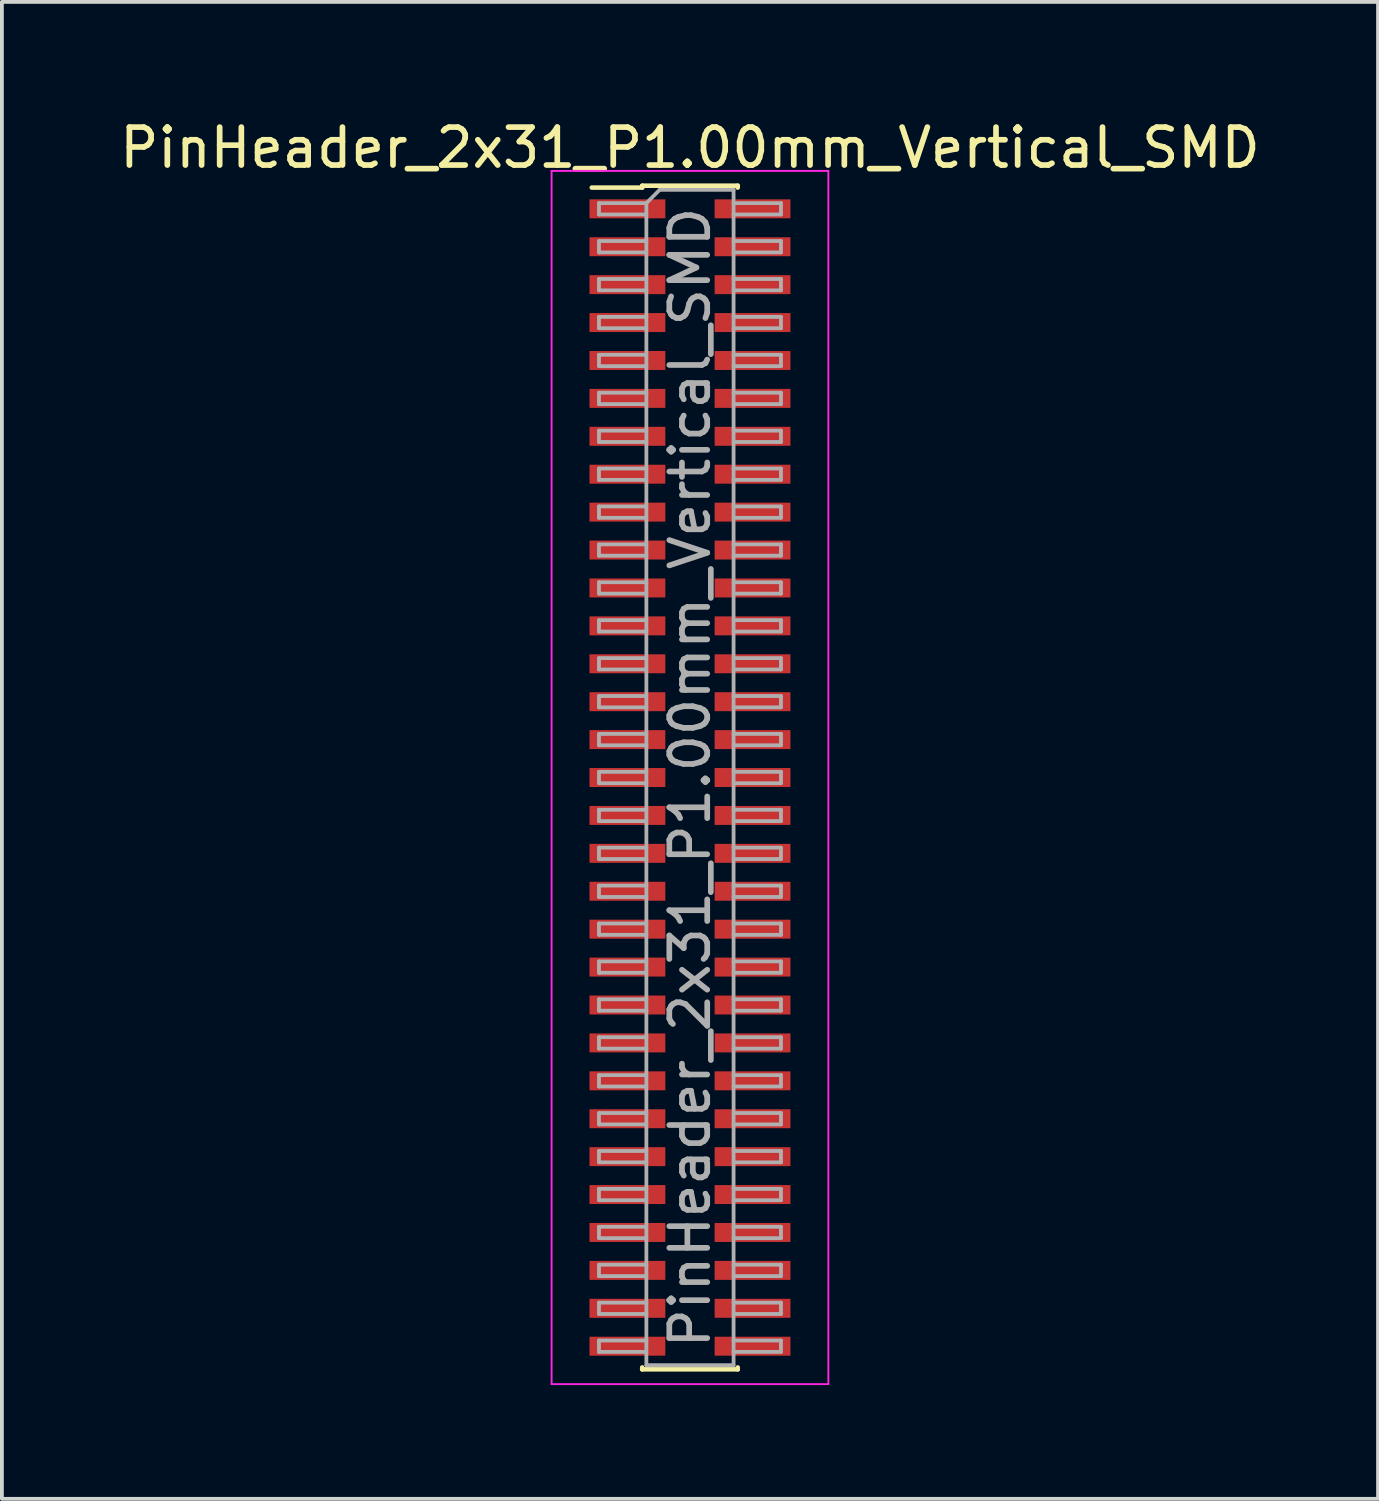
<source format=kicad_pcb>
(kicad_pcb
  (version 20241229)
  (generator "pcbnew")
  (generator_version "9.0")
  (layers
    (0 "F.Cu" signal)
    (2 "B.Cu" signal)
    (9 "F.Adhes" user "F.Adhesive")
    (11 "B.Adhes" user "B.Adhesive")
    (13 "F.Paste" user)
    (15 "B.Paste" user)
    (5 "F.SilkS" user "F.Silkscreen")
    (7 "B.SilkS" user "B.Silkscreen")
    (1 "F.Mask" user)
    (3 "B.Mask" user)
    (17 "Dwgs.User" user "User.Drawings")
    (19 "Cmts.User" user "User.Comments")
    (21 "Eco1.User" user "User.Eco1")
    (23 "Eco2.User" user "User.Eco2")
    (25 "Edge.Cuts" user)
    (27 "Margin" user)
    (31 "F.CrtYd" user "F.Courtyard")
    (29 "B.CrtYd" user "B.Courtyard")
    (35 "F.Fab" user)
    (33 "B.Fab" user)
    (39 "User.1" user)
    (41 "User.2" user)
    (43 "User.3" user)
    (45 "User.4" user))
  (footprint "PinHeader_2x31_P1.00mm_Vertical_SMD"
    (layer "F.Cu")
    (at 15.149 17.458)
    (property "Reference" "PinHeader_2x31_P1.00mm_Vertical_SMD" (at 0 -16.61 0) (layer "F.SilkS") (effects (font (size 1 1) (thickness 0.15))))
    (attr smd)
    (fp_line (start -2.59 -15.56) (end -1.26 -15.56) (stroke (width 0.12) (type solid)) (layer "F.SilkS"))
    (fp_line (start -1.26 -15.61) (end -1.26 -15.56) (stroke (width 0.12) (type solid)) (layer "F.SilkS"))
    (fp_line (start -1.26 -15.61) (end 1.26 -15.61) (stroke (width 0.12) (type solid)) (layer "F.SilkS"))
    (fp_line (start -1.26 15.56) (end -1.26 15.61) (stroke (width 0.12) (type solid)) (layer "F.SilkS"))
    (fp_line (start -1.26 15.61) (end 1.26 15.61) (stroke (width 0.12) (type solid)) (layer "F.SilkS"))
    (fp_line (start 1.26 -15.61) (end 1.26 -15.56) (stroke (width 0.12) (type solid)) (layer "F.SilkS"))
    (fp_line (start 1.26 15.56) (end 1.26 15.61) (stroke (width 0.12) (type solid)) (layer "F.SilkS"))
    (fp_line (start -3.65 -16) (end -3.65 16) (stroke (width 0.05) (type solid)) (layer "F.CrtYd"))
    (fp_line (start -3.65 16) (end 3.65 16) (stroke (width 0.05) (type solid)) (layer "F.CrtYd"))
    (fp_line (start 3.65 -16) (end -3.65 -16) (stroke (width 0.05) (type solid)) (layer "F.CrtYd"))
    (fp_line (start 3.65 16) (end 3.65 -16) (stroke (width 0.05) (type solid)) (layer "F.CrtYd"))
    (fp_line (start -2.4 -15.15) (end -2.4 -14.85) (stroke (width 0.1) (type solid)) (layer "F.Fab"))
    (fp_line (start -2.4 -14.85) (end -1.15 -14.85) (stroke (width 0.1) (type solid)) (layer "F.Fab"))
    (fp_line (start -2.4 -14.15) (end -2.4 -13.85) (stroke (width 0.1) (type solid)) (layer "F.Fab"))
    (fp_line (start -2.4 -13.85) (end -1.15 -13.85) (stroke (width 0.1) (type solid)) (layer "F.Fab"))
    (fp_line (start -2.4 -13.15) (end -2.4 -12.85) (stroke (width 0.1) (type solid)) (layer "F.Fab"))
    (fp_line (start -2.4 -12.85) (end -1.15 -12.85) (stroke (width 0.1) (type solid)) (layer "F.Fab"))
    (fp_line (start -2.4 -12.15) (end -2.4 -11.85) (stroke (width 0.1) (type solid)) (layer "F.Fab"))
    (fp_line (start -2.4 -11.85) (end -1.15 -11.85) (stroke (width 0.1) (type solid)) (layer "F.Fab"))
    (fp_line (start -2.4 -11.15) (end -2.4 -10.85) (stroke (width 0.1) (type solid)) (layer "F.Fab"))
    (fp_line (start -2.4 -10.85) (end -1.15 -10.85) (stroke (width 0.1) (type solid)) (layer "F.Fab"))
    (fp_line (start -2.4 -10.15) (end -2.4 -9.85) (stroke (width 0.1) (type solid)) (layer "F.Fab"))
    (fp_line (start -2.4 -9.85) (end -1.15 -9.85) (stroke (width 0.1) (type solid)) (layer "F.Fab"))
    (fp_line (start -2.4 -9.15) (end -2.4 -8.85) (stroke (width 0.1) (type solid)) (layer "F.Fab"))
    (fp_line (start -2.4 -8.85) (end -1.15 -8.85) (stroke (width 0.1) (type solid)) (layer "F.Fab"))
    (fp_line (start -2.4 -8.15) (end -2.4 -7.85) (stroke (width 0.1) (type solid)) (layer "F.Fab"))
    (fp_line (start -2.4 -7.85) (end -1.15 -7.85) (stroke (width 0.1) (type solid)) (layer "F.Fab"))
    (fp_line (start -2.4 -7.15) (end -2.4 -6.85) (stroke (width 0.1) (type solid)) (layer "F.Fab"))
    (fp_line (start -2.4 -6.85) (end -1.15 -6.85) (stroke (width 0.1) (type solid)) (layer "F.Fab"))
    (fp_line (start -2.4 -6.15) (end -2.4 -5.85) (stroke (width 0.1) (type solid)) (layer "F.Fab"))
    (fp_line (start -2.4 -5.85) (end -1.15 -5.85) (stroke (width 0.1) (type solid)) (layer "F.Fab"))
    (fp_line (start -2.4 -5.15) (end -2.4 -4.85) (stroke (width 0.1) (type solid)) (layer "F.Fab"))
    (fp_line (start -2.4 -4.85) (end -1.15 -4.85) (stroke (width 0.1) (type solid)) (layer "F.Fab"))
    (fp_line (start -2.4 -4.15) (end -2.4 -3.85) (stroke (width 0.1) (type solid)) (layer "F.Fab"))
    (fp_line (start -2.4 -3.85) (end -1.15 -3.85) (stroke (width 0.1) (type solid)) (layer "F.Fab"))
    (fp_line (start -2.4 -3.15) (end -2.4 -2.85) (stroke (width 0.1) (type solid)) (layer "F.Fab"))
    (fp_line (start -2.4 -2.85) (end -1.15 -2.85) (stroke (width 0.1) (type solid)) (layer "F.Fab"))
    (fp_line (start -2.4 -2.15) (end -2.4 -1.85) (stroke (width 0.1) (type solid)) (layer "F.Fab"))
    (fp_line (start -2.4 -1.85) (end -1.15 -1.85) (stroke (width 0.1) (type solid)) (layer "F.Fab"))
    (fp_line (start -2.4 -1.15) (end -2.4 -0.85) (stroke (width 0.1) (type solid)) (layer "F.Fab"))
    (fp_line (start -2.4 -0.85) (end -1.15 -0.85) (stroke (width 0.1) (type solid)) (layer "F.Fab"))
    (fp_line (start -2.4 -0.15) (end -2.4 0.15) (stroke (width 0.1) (type solid)) (layer "F.Fab"))
    (fp_line (start -2.4 0.15) (end -1.15 0.15) (stroke (width 0.1) (type solid)) (layer "F.Fab"))
    (fp_line (start -2.4 0.85) (end -2.4 1.15) (stroke (width 0.1) (type solid)) (layer "F.Fab"))
    (fp_line (start -2.4 1.15) (end -1.15 1.15) (stroke (width 0.1) (type solid)) (layer "F.Fab"))
    (fp_line (start -2.4 1.85) (end -2.4 2.15) (stroke (width 0.1) (type solid)) (layer "F.Fab"))
    (fp_line (start -2.4 2.15) (end -1.15 2.15) (stroke (width 0.1) (type solid)) (layer "F.Fab"))
    (fp_line (start -2.4 2.85) (end -2.4 3.15) (stroke (width 0.1) (type solid)) (layer "F.Fab"))
    (fp_line (start -2.4 3.15) (end -1.15 3.15) (stroke (width 0.1) (type solid)) (layer "F.Fab"))
    (fp_line (start -2.4 3.85) (end -2.4 4.15) (stroke (width 0.1) (type solid)) (layer "F.Fab"))
    (fp_line (start -2.4 4.15) (end -1.15 4.15) (stroke (width 0.1) (type solid)) (layer "F.Fab"))
    (fp_line (start -2.4 4.85) (end -2.4 5.15) (stroke (width 0.1) (type solid)) (layer "F.Fab"))
    (fp_line (start -2.4 5.15) (end -1.15 5.15) (stroke (width 0.1) (type solid)) (layer "F.Fab"))
    (fp_line (start -2.4 5.85) (end -2.4 6.15) (stroke (width 0.1) (type solid)) (layer "F.Fab"))
    (fp_line (start -2.4 6.15) (end -1.15 6.15) (stroke (width 0.1) (type solid)) (layer "F.Fab"))
    (fp_line (start -2.4 6.85) (end -2.4 7.15) (stroke (width 0.1) (type solid)) (layer "F.Fab"))
    (fp_line (start -2.4 7.15) (end -1.15 7.15) (stroke (width 0.1) (type solid)) (layer "F.Fab"))
    (fp_line (start -2.4 7.85) (end -2.4 8.15) (stroke (width 0.1) (type solid)) (layer "F.Fab"))
    (fp_line (start -2.4 8.15) (end -1.15 8.15) (stroke (width 0.1) (type solid)) (layer "F.Fab"))
    (fp_line (start -2.4 8.85) (end -2.4 9.15) (stroke (width 0.1) (type solid)) (layer "F.Fab"))
    (fp_line (start -2.4 9.15) (end -1.15 9.15) (stroke (width 0.1) (type solid)) (layer "F.Fab"))
    (fp_line (start -2.4 9.85) (end -2.4 10.15) (stroke (width 0.1) (type solid)) (layer "F.Fab"))
    (fp_line (start -2.4 10.15) (end -1.15 10.15) (stroke (width 0.1) (type solid)) (layer "F.Fab"))
    (fp_line (start -2.4 10.85) (end -2.4 11.15) (stroke (width 0.1) (type solid)) (layer "F.Fab"))
    (fp_line (start -2.4 11.15) (end -1.15 11.15) (stroke (width 0.1) (type solid)) (layer "F.Fab"))
    (fp_line (start -2.4 11.85) (end -2.4 12.15) (stroke (width 0.1) (type solid)) (layer "F.Fab"))
    (fp_line (start -2.4 12.15) (end -1.15 12.15) (stroke (width 0.1) (type solid)) (layer "F.Fab"))
    (fp_line (start -2.4 12.85) (end -2.4 13.15) (stroke (width 0.1) (type solid)) (layer "F.Fab"))
    (fp_line (start -2.4 13.15) (end -1.15 13.15) (stroke (width 0.1) (type solid)) (layer "F.Fab"))
    (fp_line (start -2.4 13.85) (end -2.4 14.15) (stroke (width 0.1) (type solid)) (layer "F.Fab"))
    (fp_line (start -2.4 14.15) (end -1.15 14.15) (stroke (width 0.1) (type solid)) (layer "F.Fab"))
    (fp_line (start -2.4 14.85) (end -2.4 15.15) (stroke (width 0.1) (type solid)) (layer "F.Fab"))
    (fp_line (start -2.4 15.15) (end -1.15 15.15) (stroke (width 0.1) (type solid)) (layer "F.Fab"))
    (fp_line (start -1.15 -15.15) (end -2.4 -15.15) (stroke (width 0.1) (type solid)) (layer "F.Fab"))
    (fp_line (start -1.15 -15.15) (end -0.8 -15.5) (stroke (width 0.1) (type solid)) (layer "F.Fab"))
    (fp_line (start -1.15 -14.15) (end -2.4 -14.15) (stroke (width 0.1) (type solid)) (layer "F.Fab"))
    (fp_line (start -1.15 -13.15) (end -2.4 -13.15) (stroke (width 0.1) (type solid)) (layer "F.Fab"))
    (fp_line (start -1.15 -12.15) (end -2.4 -12.15) (stroke (width 0.1) (type solid)) (layer "F.Fab"))
    (fp_line (start -1.15 -11.15) (end -2.4 -11.15) (stroke (width 0.1) (type solid)) (layer "F.Fab"))
    (fp_line (start -1.15 -10.15) (end -2.4 -10.15) (stroke (width 0.1) (type solid)) (layer "F.Fab"))
    (fp_line (start -1.15 -9.15) (end -2.4 -9.15) (stroke (width 0.1) (type solid)) (layer "F.Fab"))
    (fp_line (start -1.15 -8.15) (end -2.4 -8.15) (stroke (width 0.1) (type solid)) (layer "F.Fab"))
    (fp_line (start -1.15 -7.15) (end -2.4 -7.15) (stroke (width 0.1) (type solid)) (layer "F.Fab"))
    (fp_line (start -1.15 -6.15) (end -2.4 -6.15) (stroke (width 0.1) (type solid)) (layer "F.Fab"))
    (fp_line (start -1.15 -5.15) (end -2.4 -5.15) (stroke (width 0.1) (type solid)) (layer "F.Fab"))
    (fp_line (start -1.15 -4.15) (end -2.4 -4.15) (stroke (width 0.1) (type solid)) (layer "F.Fab"))
    (fp_line (start -1.15 -3.15) (end -2.4 -3.15) (stroke (width 0.1) (type solid)) (layer "F.Fab"))
    (fp_line (start -1.15 -2.15) (end -2.4 -2.15) (stroke (width 0.1) (type solid)) (layer "F.Fab"))
    (fp_line (start -1.15 -1.15) (end -2.4 -1.15) (stroke (width 0.1) (type solid)) (layer "F.Fab"))
    (fp_line (start -1.15 -0.15) (end -2.4 -0.15) (stroke (width 0.1) (type solid)) (layer "F.Fab"))
    (fp_line (start -1.15 0.85) (end -2.4 0.85) (stroke (width 0.1) (type solid)) (layer "F.Fab"))
    (fp_line (start -1.15 1.85) (end -2.4 1.85) (stroke (width 0.1) (type solid)) (layer "F.Fab"))
    (fp_line (start -1.15 2.85) (end -2.4 2.85) (stroke (width 0.1) (type solid)) (layer "F.Fab"))
    (fp_line (start -1.15 3.85) (end -2.4 3.85) (stroke (width 0.1) (type solid)) (layer "F.Fab"))
    (fp_line (start -1.15 4.85) (end -2.4 4.85) (stroke (width 0.1) (type solid)) (layer "F.Fab"))
    (fp_line (start -1.15 5.85) (end -2.4 5.85) (stroke (width 0.1) (type solid)) (layer "F.Fab"))
    (fp_line (start -1.15 6.85) (end -2.4 6.85) (stroke (width 0.1) (type solid)) (layer "F.Fab"))
    (fp_line (start -1.15 7.85) (end -2.4 7.85) (stroke (width 0.1) (type solid)) (layer "F.Fab"))
    (fp_line (start -1.15 8.85) (end -2.4 8.85) (stroke (width 0.1) (type solid)) (layer "F.Fab"))
    (fp_line (start -1.15 9.85) (end -2.4 9.85) (stroke (width 0.1) (type solid)) (layer "F.Fab"))
    (fp_line (start -1.15 10.85) (end -2.4 10.85) (stroke (width 0.1) (type solid)) (layer "F.Fab"))
    (fp_line (start -1.15 11.85) (end -2.4 11.85) (stroke (width 0.1) (type solid)) (layer "F.Fab"))
    (fp_line (start -1.15 12.85) (end -2.4 12.85) (stroke (width 0.1) (type solid)) (layer "F.Fab"))
    (fp_line (start -1.15 13.85) (end -2.4 13.85) (stroke (width 0.1) (type solid)) (layer "F.Fab"))
    (fp_line (start -1.15 14.85) (end -2.4 14.85) (stroke (width 0.1) (type solid)) (layer "F.Fab"))
    (fp_line (start -1.15 15.5) (end -1.15 -15.15) (stroke (width 0.1) (type solid)) (layer "F.Fab"))
    (fp_line (start -0.8 -15.5) (end 1.15 -15.5) (stroke (width 0.1) (type solid)) (layer "F.Fab"))
    (fp_line (start 1.15 -15.5) (end 1.15 15.5) (stroke (width 0.1) (type solid)) (layer "F.Fab"))
    (fp_line (start 1.15 -15.15) (end 2.4 -15.15) (stroke (width 0.1) (type solid)) (layer "F.Fab"))
    (fp_line (start 1.15 -14.15) (end 2.4 -14.15) (stroke (width 0.1) (type solid)) (layer "F.Fab"))
    (fp_line (start 1.15 -13.15) (end 2.4 -13.15) (stroke (width 0.1) (type solid)) (layer "F.Fab"))
    (fp_line (start 1.15 -12.15) (end 2.4 -12.15) (stroke (width 0.1) (type solid)) (layer "F.Fab"))
    (fp_line (start 1.15 -11.15) (end 2.4 -11.15) (stroke (width 0.1) (type solid)) (layer "F.Fab"))
    (fp_line (start 1.15 -10.15) (end 2.4 -10.15) (stroke (width 0.1) (type solid)) (layer "F.Fab"))
    (fp_line (start 1.15 -9.15) (end 2.4 -9.15) (stroke (width 0.1) (type solid)) (layer "F.Fab"))
    (fp_line (start 1.15 -8.15) (end 2.4 -8.15) (stroke (width 0.1) (type solid)) (layer "F.Fab"))
    (fp_line (start 1.15 -7.15) (end 2.4 -7.15) (stroke (width 0.1) (type solid)) (layer "F.Fab"))
    (fp_line (start 1.15 -6.15) (end 2.4 -6.15) (stroke (width 0.1) (type solid)) (layer "F.Fab"))
    (fp_line (start 1.15 -5.15) (end 2.4 -5.15) (stroke (width 0.1) (type solid)) (layer "F.Fab"))
    (fp_line (start 1.15 -4.15) (end 2.4 -4.15) (stroke (width 0.1) (type solid)) (layer "F.Fab"))
    (fp_line (start 1.15 -3.15) (end 2.4 -3.15) (stroke (width 0.1) (type solid)) (layer "F.Fab"))
    (fp_line (start 1.15 -2.15) (end 2.4 -2.15) (stroke (width 0.1) (type solid)) (layer "F.Fab"))
    (fp_line (start 1.15 -1.15) (end 2.4 -1.15) (stroke (width 0.1) (type solid)) (layer "F.Fab"))
    (fp_line (start 1.15 -0.15) (end 2.4 -0.15) (stroke (width 0.1) (type solid)) (layer "F.Fab"))
    (fp_line (start 1.15 0.85) (end 2.4 0.85) (stroke (width 0.1) (type solid)) (layer "F.Fab"))
    (fp_line (start 1.15 1.85) (end 2.4 1.85) (stroke (width 0.1) (type solid)) (layer "F.Fab"))
    (fp_line (start 1.15 2.85) (end 2.4 2.85) (stroke (width 0.1) (type solid)) (layer "F.Fab"))
    (fp_line (start 1.15 3.85) (end 2.4 3.85) (stroke (width 0.1) (type solid)) (layer "F.Fab"))
    (fp_line (start 1.15 4.85) (end 2.4 4.85) (stroke (width 0.1) (type solid)) (layer "F.Fab"))
    (fp_line (start 1.15 5.85) (end 2.4 5.85) (stroke (width 0.1) (type solid)) (layer "F.Fab"))
    (fp_line (start 1.15 6.85) (end 2.4 6.85) (stroke (width 0.1) (type solid)) (layer "F.Fab"))
    (fp_line (start 1.15 7.85) (end 2.4 7.85) (stroke (width 0.1) (type solid)) (layer "F.Fab"))
    (fp_line (start 1.15 8.85) (end 2.4 8.85) (stroke (width 0.1) (type solid)) (layer "F.Fab"))
    (fp_line (start 1.15 9.85) (end 2.4 9.85) (stroke (width 0.1) (type solid)) (layer "F.Fab"))
    (fp_line (start 1.15 10.85) (end 2.4 10.85) (stroke (width 0.1) (type solid)) (layer "F.Fab"))
    (fp_line (start 1.15 11.85) (end 2.4 11.85) (stroke (width 0.1) (type solid)) (layer "F.Fab"))
    (fp_line (start 1.15 12.85) (end 2.4 12.85) (stroke (width 0.1) (type solid)) (layer "F.Fab"))
    (fp_line (start 1.15 13.85) (end 2.4 13.85) (stroke (width 0.1) (type solid)) (layer "F.Fab"))
    (fp_line (start 1.15 14.85) (end 2.4 14.85) (stroke (width 0.1) (type solid)) (layer "F.Fab"))
    (fp_line (start 1.15 15.5) (end -1.15 15.5) (stroke (width 0.1) (type solid)) (layer "F.Fab"))
    (fp_line (start 2.4 -15.15) (end 2.4 -14.85) (stroke (width 0.1) (type solid)) (layer "F.Fab"))
    (fp_line (start 2.4 -14.85) (end 1.15 -14.85) (stroke (width 0.1) (type solid)) (layer "F.Fab"))
    (fp_line (start 2.4 -14.15) (end 2.4 -13.85) (stroke (width 0.1) (type solid)) (layer "F.Fab"))
    (fp_line (start 2.4 -13.85) (end 1.15 -13.85) (stroke (width 0.1) (type solid)) (layer "F.Fab"))
    (fp_line (start 2.4 -13.15) (end 2.4 -12.85) (stroke (width 0.1) (type solid)) (layer "F.Fab"))
    (fp_line (start 2.4 -12.85) (end 1.15 -12.85) (stroke (width 0.1) (type solid)) (layer "F.Fab"))
    (fp_line (start 2.4 -12.15) (end 2.4 -11.85) (stroke (width 0.1) (type solid)) (layer "F.Fab"))
    (fp_line (start 2.4 -11.85) (end 1.15 -11.85) (stroke (width 0.1) (type solid)) (layer "F.Fab"))
    (fp_line (start 2.4 -11.15) (end 2.4 -10.85) (stroke (width 0.1) (type solid)) (layer "F.Fab"))
    (fp_line (start 2.4 -10.85) (end 1.15 -10.85) (stroke (width 0.1) (type solid)) (layer "F.Fab"))
    (fp_line (start 2.4 -10.15) (end 2.4 -9.85) (stroke (width 0.1) (type solid)) (layer "F.Fab"))
    (fp_line (start 2.4 -9.85) (end 1.15 -9.85) (stroke (width 0.1) (type solid)) (layer "F.Fab"))
    (fp_line (start 2.4 -9.15) (end 2.4 -8.85) (stroke (width 0.1) (type solid)) (layer "F.Fab"))
    (fp_line (start 2.4 -8.85) (end 1.15 -8.85) (stroke (width 0.1) (type solid)) (layer "F.Fab"))
    (fp_line (start 2.4 -8.15) (end 2.4 -7.85) (stroke (width 0.1) (type solid)) (layer "F.Fab"))
    (fp_line (start 2.4 -7.85) (end 1.15 -7.85) (stroke (width 0.1) (type solid)) (layer "F.Fab"))
    (fp_line (start 2.4 -7.15) (end 2.4 -6.85) (stroke (width 0.1) (type solid)) (layer "F.Fab"))
    (fp_line (start 2.4 -6.85) (end 1.15 -6.85) (stroke (width 0.1) (type solid)) (layer "F.Fab"))
    (fp_line (start 2.4 -6.15) (end 2.4 -5.85) (stroke (width 0.1) (type solid)) (layer "F.Fab"))
    (fp_line (start 2.4 -5.85) (end 1.15 -5.85) (stroke (width 0.1) (type solid)) (layer "F.Fab"))
    (fp_line (start 2.4 -5.15) (end 2.4 -4.85) (stroke (width 0.1) (type solid)) (layer "F.Fab"))
    (fp_line (start 2.4 -4.85) (end 1.15 -4.85) (stroke (width 0.1) (type solid)) (layer "F.Fab"))
    (fp_line (start 2.4 -4.15) (end 2.4 -3.85) (stroke (width 0.1) (type solid)) (layer "F.Fab"))
    (fp_line (start 2.4 -3.85) (end 1.15 -3.85) (stroke (width 0.1) (type solid)) (layer "F.Fab"))
    (fp_line (start 2.4 -3.15) (end 2.4 -2.85) (stroke (width 0.1) (type solid)) (layer "F.Fab"))
    (fp_line (start 2.4 -2.85) (end 1.15 -2.85) (stroke (width 0.1) (type solid)) (layer "F.Fab"))
    (fp_line (start 2.4 -2.15) (end 2.4 -1.85) (stroke (width 0.1) (type solid)) (layer "F.Fab"))
    (fp_line (start 2.4 -1.85) (end 1.15 -1.85) (stroke (width 0.1) (type solid)) (layer "F.Fab"))
    (fp_line (start 2.4 -1.15) (end 2.4 -0.85) (stroke (width 0.1) (type solid)) (layer "F.Fab"))
    (fp_line (start 2.4 -0.85) (end 1.15 -0.85) (stroke (width 0.1) (type solid)) (layer "F.Fab"))
    (fp_line (start 2.4 -0.15) (end 2.4 0.15) (stroke (width 0.1) (type solid)) (layer "F.Fab"))
    (fp_line (start 2.4 0.15) (end 1.15 0.15) (stroke (width 0.1) (type solid)) (layer "F.Fab"))
    (fp_line (start 2.4 0.85) (end 2.4 1.15) (stroke (width 0.1) (type solid)) (layer "F.Fab"))
    (fp_line (start 2.4 1.15) (end 1.15 1.15) (stroke (width 0.1) (type solid)) (layer "F.Fab"))
    (fp_line (start 2.4 1.85) (end 2.4 2.15) (stroke (width 0.1) (type solid)) (layer "F.Fab"))
    (fp_line (start 2.4 2.15) (end 1.15 2.15) (stroke (width 0.1) (type solid)) (layer "F.Fab"))
    (fp_line (start 2.4 2.85) (end 2.4 3.15) (stroke (width 0.1) (type solid)) (layer "F.Fab"))
    (fp_line (start 2.4 3.15) (end 1.15 3.15) (stroke (width 0.1) (type solid)) (layer "F.Fab"))
    (fp_line (start 2.4 3.85) (end 2.4 4.15) (stroke (width 0.1) (type solid)) (layer "F.Fab"))
    (fp_line (start 2.4 4.15) (end 1.15 4.15) (stroke (width 0.1) (type solid)) (layer "F.Fab"))
    (fp_line (start 2.4 4.85) (end 2.4 5.15) (stroke (width 0.1) (type solid)) (layer "F.Fab"))
    (fp_line (start 2.4 5.15) (end 1.15 5.15) (stroke (width 0.1) (type solid)) (layer "F.Fab"))
    (fp_line (start 2.4 5.85) (end 2.4 6.15) (stroke (width 0.1) (type solid)) (layer "F.Fab"))
    (fp_line (start 2.4 6.15) (end 1.15 6.15) (stroke (width 0.1) (type solid)) (layer "F.Fab"))
    (fp_line (start 2.4 6.85) (end 2.4 7.15) (stroke (width 0.1) (type solid)) (layer "F.Fab"))
    (fp_line (start 2.4 7.15) (end 1.15 7.15) (stroke (width 0.1) (type solid)) (layer "F.Fab"))
    (fp_line (start 2.4 7.85) (end 2.4 8.15) (stroke (width 0.1) (type solid)) (layer "F.Fab"))
    (fp_line (start 2.4 8.15) (end 1.15 8.15) (stroke (width 0.1) (type solid)) (layer "F.Fab"))
    (fp_line (start 2.4 8.85) (end 2.4 9.15) (stroke (width 0.1) (type solid)) (layer "F.Fab"))
    (fp_line (start 2.4 9.15) (end 1.15 9.15) (stroke (width 0.1) (type solid)) (layer "F.Fab"))
    (fp_line (start 2.4 9.85) (end 2.4 10.15) (stroke (width 0.1) (type solid)) (layer "F.Fab"))
    (fp_line (start 2.4 10.15) (end 1.15 10.15) (stroke (width 0.1) (type solid)) (layer "F.Fab"))
    (fp_line (start 2.4 10.85) (end 2.4 11.15) (stroke (width 0.1) (type solid)) (layer "F.Fab"))
    (fp_line (start 2.4 11.15) (end 1.15 11.15) (stroke (width 0.1) (type solid)) (layer "F.Fab"))
    (fp_line (start 2.4 11.85) (end 2.4 12.15) (stroke (width 0.1) (type solid)) (layer "F.Fab"))
    (fp_line (start 2.4 12.15) (end 1.15 12.15) (stroke (width 0.1) (type solid)) (layer "F.Fab"))
    (fp_line (start 2.4 12.85) (end 2.4 13.15) (stroke (width 0.1) (type solid)) (layer "F.Fab"))
    (fp_line (start 2.4 13.15) (end 1.15 13.15) (stroke (width 0.1) (type solid)) (layer "F.Fab"))
    (fp_line (start 2.4 13.85) (end 2.4 14.15) (stroke (width 0.1) (type solid)) (layer "F.Fab"))
    (fp_line (start 2.4 14.15) (end 1.15 14.15) (stroke (width 0.1) (type solid)) (layer "F.Fab"))
    (fp_line (start 2.4 14.85) (end 2.4 15.15) (stroke (width 0.1) (type solid)) (layer "F.Fab"))
    (fp_line (start 2.4 15.15) (end 1.15 15.15) (stroke (width 0.1) (type solid)) (layer "F.Fab"))
    (fp_text user "${REFERENCE}" (at 0 0 90) (layer "F.Fab") (effects (font (size 1 1) (thickness 0.15))))
    (pad "1" smd rect (at -1.65 -15) (size 2 0.5) (layers "F.Cu" "F.Mask" "F.Paste"))
    (pad "2" smd rect (at 1.65 -15) (size 2 0.5) (layers "F.Cu" "F.Mask" "F.Paste"))
    (pad "3" smd rect (at -1.65 -14) (size 2 0.5) (layers "F.Cu" "F.Mask" "F.Paste"))
    (pad "4" smd rect (at 1.65 -14) (size 2 0.5) (layers "F.Cu" "F.Mask" "F.Paste"))
    (pad "5" smd rect (at -1.65 -13) (size 2 0.5) (layers "F.Cu" "F.Mask" "F.Paste"))
    (pad "6" smd rect (at 1.65 -13) (size 2 0.5) (layers "F.Cu" "F.Mask" "F.Paste"))
    (pad "7" smd rect (at -1.65 -12) (size 2 0.5) (layers "F.Cu" "F.Mask" "F.Paste"))
    (pad "8" smd rect (at 1.65 -12) (size 2 0.5) (layers "F.Cu" "F.Mask" "F.Paste"))
    (pad "9" smd rect (at -1.65 -11) (size 2 0.5) (layers "F.Cu" "F.Mask" "F.Paste"))
    (pad "10" smd rect (at 1.65 -11) (size 2 0.5) (layers "F.Cu" "F.Mask" "F.Paste"))
    (pad "11" smd rect (at -1.65 -10) (size 2 0.5) (layers "F.Cu" "F.Mask" "F.Paste"))
    (pad "12" smd rect (at 1.65 -10) (size 2 0.5) (layers "F.Cu" "F.Mask" "F.Paste"))
    (pad "13" smd rect (at -1.65 -9) (size 2 0.5) (layers "F.Cu" "F.Mask" "F.Paste"))
    (pad "14" smd rect (at 1.65 -9) (size 2 0.5) (layers "F.Cu" "F.Mask" "F.Paste"))
    (pad "15" smd rect (at -1.65 -8) (size 2 0.5) (layers "F.Cu" "F.Mask" "F.Paste"))
    (pad "16" smd rect (at 1.65 -8) (size 2 0.5) (layers "F.Cu" "F.Mask" "F.Paste"))
    (pad "17" smd rect (at -1.65 -7) (size 2 0.5) (layers "F.Cu" "F.Mask" "F.Paste"))
    (pad "18" smd rect (at 1.65 -7) (size 2 0.5) (layers "F.Cu" "F.Mask" "F.Paste"))
    (pad "19" smd rect (at -1.65 -6) (size 2 0.5) (layers "F.Cu" "F.Mask" "F.Paste"))
    (pad "20" smd rect (at 1.65 -6) (size 2 0.5) (layers "F.Cu" "F.Mask" "F.Paste"))
    (pad "21" smd rect (at -1.65 -5) (size 2 0.5) (layers "F.Cu" "F.Mask" "F.Paste"))
    (pad "22" smd rect (at 1.65 -5) (size 2 0.5) (layers "F.Cu" "F.Mask" "F.Paste"))
    (pad "23" smd rect (at -1.65 -4) (size 2 0.5) (layers "F.Cu" "F.Mask" "F.Paste"))
    (pad "24" smd rect (at 1.65 -4) (size 2 0.5) (layers "F.Cu" "F.Mask" "F.Paste"))
    (pad "25" smd rect (at -1.65 -3) (size 2 0.5) (layers "F.Cu" "F.Mask" "F.Paste"))
    (pad "26" smd rect (at 1.65 -3) (size 2 0.5) (layers "F.Cu" "F.Mask" "F.Paste"))
    (pad "27" smd rect (at -1.65 -2) (size 2 0.5) (layers "F.Cu" "F.Mask" "F.Paste"))
    (pad "28" smd rect (at 1.65 -2) (size 2 0.5) (layers "F.Cu" "F.Mask" "F.Paste"))
    (pad "29" smd rect (at -1.65 -1) (size 2 0.5) (layers "F.Cu" "F.Mask" "F.Paste"))
    (pad "30" smd rect (at 1.65 -1) (size 2 0.5) (layers "F.Cu" "F.Mask" "F.Paste"))
    (pad "31" smd rect (at -1.65 0) (size 2 0.5) (layers "F.Cu" "F.Mask" "F.Paste"))
    (pad "32" smd rect (at 1.65 0) (size 2 0.5) (layers "F.Cu" "F.Mask" "F.Paste"))
    (pad "33" smd rect (at -1.65 1) (size 2 0.5) (layers "F.Cu" "F.Mask" "F.Paste"))
    (pad "34" smd rect (at 1.65 1) (size 2 0.5) (layers "F.Cu" "F.Mask" "F.Paste"))
    (pad "35" smd rect (at -1.65 2) (size 2 0.5) (layers "F.Cu" "F.Mask" "F.Paste"))
    (pad "36" smd rect (at 1.65 2) (size 2 0.5) (layers "F.Cu" "F.Mask" "F.Paste"))
    (pad "37" smd rect (at -1.65 3) (size 2 0.5) (layers "F.Cu" "F.Mask" "F.Paste"))
    (pad "38" smd rect (at 1.65 3) (size 2 0.5) (layers "F.Cu" "F.Mask" "F.Paste"))
    (pad "39" smd rect (at -1.65 4) (size 2 0.5) (layers "F.Cu" "F.Mask" "F.Paste"))
    (pad "40" smd rect (at 1.65 4) (size 2 0.5) (layers "F.Cu" "F.Mask" "F.Paste"))
    (pad "41" smd rect (at -1.65 5) (size 2 0.5) (layers "F.Cu" "F.Mask" "F.Paste"))
    (pad "42" smd rect (at 1.65 5) (size 2 0.5) (layers "F.Cu" "F.Mask" "F.Paste"))
    (pad "43" smd rect (at -1.65 6) (size 2 0.5) (layers "F.Cu" "F.Mask" "F.Paste"))
    (pad "44" smd rect (at 1.65 6) (size 2 0.5) (layers "F.Cu" "F.Mask" "F.Paste"))
    (pad "45" smd rect (at -1.65 7) (size 2 0.5) (layers "F.Cu" "F.Mask" "F.Paste"))
    (pad "46" smd rect (at 1.65 7) (size 2 0.5) (layers "F.Cu" "F.Mask" "F.Paste"))
    (pad "47" smd rect (at -1.65 8) (size 2 0.5) (layers "F.Cu" "F.Mask" "F.Paste"))
    (pad "48" smd rect (at 1.65 8) (size 2 0.5) (layers "F.Cu" "F.Mask" "F.Paste"))
    (pad "49" smd rect (at -1.65 9) (size 2 0.5) (layers "F.Cu" "F.Mask" "F.Paste"))
    (pad "50" smd rect (at 1.65 9) (size 2 0.5) (layers "F.Cu" "F.Mask" "F.Paste"))
    (pad "51" smd rect (at -1.65 10) (size 2 0.5) (layers "F.Cu" "F.Mask" "F.Paste"))
    (pad "52" smd rect (at 1.65 10) (size 2 0.5) (layers "F.Cu" "F.Mask" "F.Paste"))
    (pad "53" smd rect (at -1.65 11) (size 2 0.5) (layers "F.Cu" "F.Mask" "F.Paste"))
    (pad "54" smd rect (at 1.65 11) (size 2 0.5) (layers "F.Cu" "F.Mask" "F.Paste"))
    (pad "55" smd rect (at -1.65 12) (size 2 0.5) (layers "F.Cu" "F.Mask" "F.Paste"))
    (pad "56" smd rect (at 1.65 12) (size 2 0.5) (layers "F.Cu" "F.Mask" "F.Paste"))
    (pad "57" smd rect (at -1.65 13) (size 2 0.5) (layers "F.Cu" "F.Mask" "F.Paste"))
    (pad "58" smd rect (at 1.65 13) (size 2 0.5) (layers "F.Cu" "F.Mask" "F.Paste"))
    (pad "59" smd rect (at -1.65 14) (size 2 0.5) (layers "F.Cu" "F.Mask" "F.Paste"))
    (pad "60" smd rect (at 1.65 14) (size 2 0.5) (layers "F.Cu" "F.Mask" "F.Paste"))
    (pad "61" smd rect (at -1.65 15) (size 2 0.5) (layers "F.Cu" "F.Mask" "F.Paste"))
    (pad "62" smd rect (at 1.65 15) (size 2 0.5) (layers "F.Cu" "F.Mask" "F.Paste")))
  (gr_rect
    (start -3 -3)
    (end 33.298 36.483)
    (stroke (width 0.1) (type default))
    (fill no)
    (layer "Edge.Cuts")))
</source>
